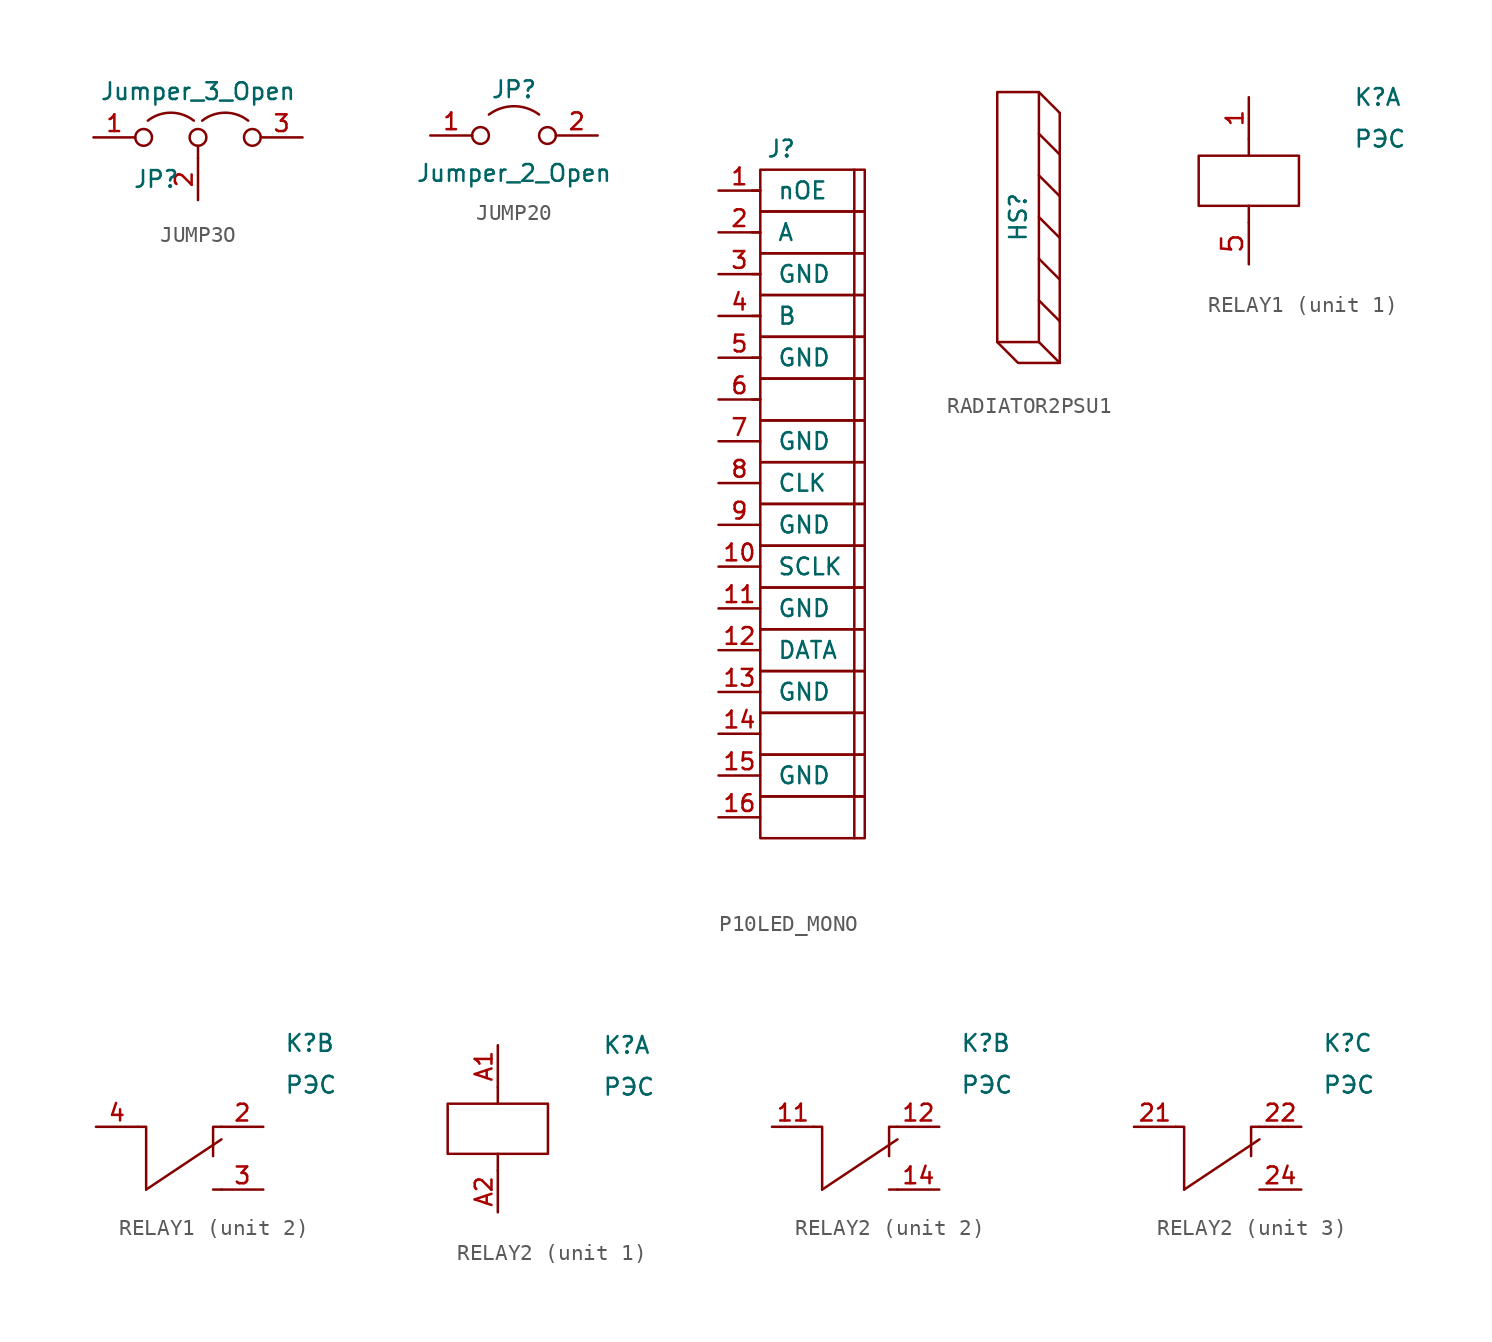
<source format=kicad_sym>
(kicad_symbol_lib
  (version 20241209)
  (generator "kicad_symbol_editor")
  (generator_version "9.0")
  (symbol "JUMP3O"
    (pin_names
      (offset 0)
      (hide yes))
    (property "Reference" "JP"
      (at -2.54 -2.54 0)
      (effects (font (size 1.016 1.016))))
    (property "Value" "Jumper_3_Open"
      (at 0 2.794 0)
      (effects (font (size 1.016 1.016))))
    (symbol "JUMP3O_0_0"
      (circle (center -3.302 0) (radius 0.508) (stroke (width 0) (type default)) (fill (type none)))
      (circle (center 0 0) (radius 0.508) (stroke (width 0) (type default)) (fill (type none)))
      (circle (center 3.302 0) (radius 0.508) (stroke (width 0) (type default)) (fill (type none))))
    (symbol "JUMP3O_0_1"
      (arc (start -3.048 1.016) (mid -1.651 1.4992) (end -0.254 1.016) (stroke (width 0) (type default)) (fill (type none)))
      (polyline (pts (xy 0 -0.508) (xy 0 -1.27)) (stroke (width 0) (type default)) (fill (type none)))
      (arc (start 0.254 1.016) (mid 1.651 1.4992) (end 3.048 1.016) (stroke (width 0) (type default)) (fill (type none))))
    (symbol "JUMP3O_1_1"
      (pin passive line (at -6.35 0 0) (length 2.54) (name "A" (effects (font (size 1.016 1.016)))) (number "1" (effects (font (size 1.016 1.016)))))
      (pin passive line (at 0 -3.81 90) (length 2.54) (name "C" (effects (font (size 1.016 1.016)))) (number "2" (effects (font (size 1.016 1.016)))))
      (pin passive line (at 6.35 0 180) (length 2.54) (name "B" (effects (font (size 1.016 1.016)))) (number "3" (effects (font (size 1.016 1.016)))))))
  (symbol "JUMP20"
    (pin_names
      (offset 0)
      (hide yes))
    (property "Reference" "JP"
      (at 0 2.794 0)
      (effects (font (size 1.016 1.016))))
    (property "Value" "Jumper_2_Open"
      (at 0 -2.286 0)
      (effects (font (size 1.016 1.016))))
    (symbol "JUMP20_0_0"
      (circle (center -2.032 0) (radius 0.508) (stroke (width 0) (type default)) (fill (type none)))
      (circle (center 2.032 0) (radius 0.508) (stroke (width 0) (type default)) (fill (type none))))
    (symbol "JUMP20_0_1"
      (arc (start -1.524 1.27) (mid 0 1.778) (end 1.524 1.27) (stroke (width 0) (type default)) (fill (type none))))
    (symbol "JUMP20_1_1"
      (pin passive line (at -5.08 0 0) (length 2.54) (name "A" (effects (font (size 1.016 1.016)))) (number "1" (effects (font (size 1.016 1.016)))))
      (pin passive line (at 5.08 0 180) (length 2.54) (name "B" (effects (font (size 1.016 1.016)))) (number "2" (effects (font (size 1.016 1.016)))))))
  (symbol "P10LED_MONO"
    (pin_names
      (offset 1.016))
    (property "Reference" "J"
      (at -1.27 2.54 0)
      (effects (font (size 1.016 1.016))))
    (symbol "P10LED_MONO_0_1"
      (polyline (pts (xy -3.048 0) (xy -2.54 0)) (stroke (width 0) (type default)) (fill (type none)))
      (polyline (pts (xy -3.048 -2.54) (xy -2.54 -2.54)) (stroke (width 0) (type default)) (fill (type none)))
      (polyline (pts (xy -3.048 -5.08) (xy -2.54 -5.08)) (stroke (width 0) (type default)) (fill (type none)))
      (polyline (pts (xy -3.048 -7.62) (xy -2.54 -7.62)) (stroke (width 0) (type default)) (fill (type none)))
      (polyline (pts (xy -3.048 -10.16) (xy -2.54 -10.16)) (stroke (width 0) (type default)) (fill (type none)))
      (polyline (pts (xy -3.048 -12.7) (xy -2.54 -12.7)) (stroke (width 0) (type default)) (fill (type none)))
      (rectangle (start -2.54 1.27) (end 3.81 -1.27) (stroke (width 0) (type default)) (fill (type none)))
      (rectangle (start -2.54 -1.27) (end 3.81 -3.81) (stroke (width 0) (type default)) (fill (type none)))
      (rectangle (start -2.54 -3.81) (end 3.81 -6.35) (stroke (width 0) (type default)) (fill (type none)))
      (rectangle (start -2.54 -6.35) (end 3.81 -8.89) (stroke (width 0) (type default)) (fill (type none)))
      (rectangle (start -2.54 -8.89) (end 3.81 -11.43) (stroke (width 0) (type default)) (fill (type none)))
      (rectangle (start -2.54 -11.43) (end 3.81 -13.97) (stroke (width 0) (type default)) (fill (type none)))
      (rectangle (start -2.54 -13.97) (end 3.81 -16.51) (stroke (width 0) (type default)) (fill (type none)))
      (rectangle (start -2.54 -16.51) (end 3.81 -19.05) (stroke (width 0) (type default)) (fill (type none)))
      (rectangle (start -2.54 -19.05) (end 3.81 -21.59) (stroke (width 0) (type default)) (fill (type none)))
      (rectangle (start -2.54 -21.59) (end 3.81 -24.13) (stroke (width 0) (type default)) (fill (type none)))
      (rectangle (start -2.54 -24.13) (end 3.81 -26.67) (stroke (width 0) (type default)) (fill (type none)))
      (rectangle (start -2.54 -26.67) (end 3.81 -29.21) (stroke (width 0) (type default)) (fill (type none)))
      (rectangle (start -2.54 -29.21) (end 3.81 -31.75) (stroke (width 0) (type default)) (fill (type none)))
      (rectangle (start -2.54 -31.75) (end 3.81 -34.29) (stroke (width 0) (type default)) (fill (type none)))
      (rectangle (start -2.54 -34.29) (end 3.81 -36.83) (stroke (width 0) (type default)) (fill (type none)))
      (rectangle (start -2.54 -36.83) (end 3.81 -39.37) (stroke (width 0) (type default)) (fill (type none)))
      (polyline (pts (xy 3.175 1.27) (xy 3.175 -39.37)) (stroke (width 0) (type default)) (fill (type none))))
    (symbol "P10LED_MONO_1_1"
      (pin bidirectional line (at -5.08 0 0) (length 2.54) (name "nOE" (effects (font (size 1.016 1.016)))) (number "1" (effects (font (size 1.016 1.016)))))
      (pin bidirectional line (at -5.08 -2.54 0) (length 2.54) (name "A" (effects (font (size 1.016 1.016)))) (number "2" (effects (font (size 1.016 1.016)))))
      (pin bidirectional line (at -5.08 -5.08 0) (length 2.54) (name "GND" (effects (font (size 1.016 1.016)))) (number "3" (effects (font (size 1.016 1.016)))))
      (pin bidirectional line (at -5.08 -7.62 0) (length 2.54) (name "B" (effects (font (size 1.016 1.016)))) (number "4" (effects (font (size 1.016 1.016)))))
      (pin bidirectional line (at -5.08 -10.16 0) (length 2.54) (name "GND" (effects (font (size 1.016 1.016)))) (number "5" (effects (font (size 1.016 1.016)))))
      (pin bidirectional line (at -5.08 -12.7 0) (length 2.54) (name "~" (effects (font (size 1.016 1.016)))) (number "6" (effects (font (size 1.016 1.016)))))
      (pin bidirectional line (at -5.08 -15.24 0) (length 2.54) (name "GND" (effects (font (size 1.016 1.016)))) (number "7" (effects (font (size 1.016 1.016)))))
      (pin bidirectional line (at -5.08 -17.78 0) (length 2.54) (name "CLK" (effects (font (size 1.016 1.016)))) (number "8" (effects (font (size 1.016 1.016)))))
      (pin bidirectional line (at -5.08 -20.32 0) (length 2.54) (name "GND" (effects (font (size 1.016 1.016)))) (number "9" (effects (font (size 1.016 1.016)))))
      (pin bidirectional line (at -5.08 -22.86 0) (length 2.54) (name "SCLK" (effects (font (size 1.016 1.016)))) (number "10" (effects (font (size 1.016 1.016)))))
      (pin bidirectional line (at -5.08 -25.4 0) (length 2.54) (name "GND" (effects (font (size 1.016 1.016)))) (number "11" (effects (font (size 1.016 1.016)))))
      (pin bidirectional line (at -5.08 -27.94 0) (length 2.54) (name "DATA" (effects (font (size 1.016 1.016)))) (number "12" (effects (font (size 1.016 1.016)))))
      (pin bidirectional line (at -5.08 -30.48 0) (length 2.54) (name "GND" (effects (font (size 1.016 1.016)))) (number "13" (effects (font (size 1.016 1.016)))))
      (pin bidirectional line (at -5.08 -33.02 0) (length 2.54) (name "~" (effects (font (size 1.016 1.016)))) (number "14" (effects (font (size 1.016 1.016)))))
      (pin bidirectional line (at -5.08 -35.56 0) (length 2.54) (name "GND" (effects (font (size 1.016 1.016)))) (number "15" (effects (font (size 1.016 1.016)))))
      (pin bidirectional line (at -5.08 -38.1 0) (length 2.54) (name "~" (effects (font (size 1.016 1.016)))) (number "16" (effects (font (size 1.016 1.016)))))))
  (symbol "RADIATOR2PSU1"
    (pin_numbers
      (hide yes))
    (pin_names
      (offset 0)
      (hide yes))
    (property "Reference" "HS"
      (at 0 0 90)
      (effects (font (size 1.016 1.016))))
    (symbol "RADIATOR2PSU1_0_1"
      (polyline (pts (xy 1.27 7.62) (xy 2.54 6.35)) (stroke (width 0) (type default)) (fill (type none)))
      (polyline (pts (xy 1.27 5.08) (xy 2.54 3.81)) (stroke (width 0) (type default)) (fill (type none)))
      (polyline (pts (xy 1.27 2.54) (xy 2.54 1.27)) (stroke (width 0) (type default)) (fill (type none)))
      (polyline (pts (xy 1.27 0) (xy 2.54 -1.27)) (stroke (width 0) (type default)) (fill (type none)))
      (polyline (pts (xy 1.27 -2.54) (xy 2.54 -3.81)) (stroke (width 0) (type default)) (fill (type none)))
      (polyline (pts (xy 1.27 -5.08) (xy 2.54 -6.35)) (stroke (width 0) (type default)) (fill (type none)))
      (polyline (pts (xy 1.27 -7.62) (xy 2.54 -8.89)) (stroke (width 0) (type default)) (fill (type none)))
      (polyline (pts (xy 2.54 6.35) (xy 2.54 -8.89) (xy 0 -8.89) (xy -1.27 -7.62)) (stroke (width 0) (type default)) (fill (type none))))
    (symbol "RADIATOR2PSU1_1_0"
      (rectangle (start -1.27 7.62) (end 1.27 -7.62) (stroke (width 0) (type default)) (fill (type none)))))
  (symbol "RELAY1"
    (property "Reference" "K"
      (at 6.35 5.08 0)
      (effects (font (size 1.016 1.016)) (justify left)))
    (property "Value" "РЭС"
      (at 6.35 2.54 0)
      (effects (font (size 1.016 1.016)) (justify left)))
    (property "ki_locked" ""
      (at 0 0 0)
      (effects (font (size 1.27 1.27))))
    (symbol "RELAY1_1_1"
      (rectangle (start -3.048 1.524) (end 3.048 -1.524) (stroke (width 0) (type default)) (fill (type none)))
      (polyline (pts (xy 0 1.524) (xy 0 2.54)) (stroke (width 0) (type default)) (fill (type none)))
      (polyline (pts (xy 0 -2.54) (xy 0 -1.524)) (stroke (width 0) (type default)) (fill (type none)))
      (pin passive line (at 0 5.08 270) (length 2.54) (name "~" (effects (font (size 1.016 1.016)))) (number "1" (effects (font (size 1.016 1.016)))))
      (pin passive line (at 0 -5.08 90) (length 2.54) (name "~" (effects (font (size 1.27 1.27)))) (number "5" (effects (font (size 1.27 1.27))))))
    (symbol "RELAY1_2_1"
      (polyline (pts (xy -2.032 -3.81) (xy 2.54 -0.762)) (stroke (width 0) (type default)) (fill (type none)))
      (polyline (pts (xy -2.032 -3.81) (xy -2.032 0) (xy -2.54 0)) (stroke (width 0) (type default)) (fill (type none)))
      (polyline (pts (xy 2.54 0) (xy 2.032 0) (xy 2.032 -1.778)) (stroke (width 0) (type default)) (fill (type none)))
      (polyline (pts (xy 2.54 -3.81) (xy 2.032 -3.81)) (stroke (width 0) (type default)) (fill (type none)))
      (pin passive line (at -5.08 0 0) (length 2.54) (name "~" (effects (font (size 1.016 1.016)))) (number "4" (effects (font (size 1.016 1.016)))))
      (pin passive line (at 5.08 0 180) (length 2.54) (name "~" (effects (font (size 1.016 1.016)))) (number "2" (effects (font (size 1.016 1.016)))))
      (pin passive line (at 5.08 -3.81 180) (length 2.54) (name "~" (effects (font (size 1.016 1.016)))) (number "3" (effects (font (size 1.016 1.016)))))))
  (symbol "RELAY2"
    (property "Reference" "K"
      (at 6.35 5.08 0)
      (effects (font (size 1.016 1.016)) (justify left)))
    (property "Value" "РЭС"
      (at 6.35 2.54 0)
      (effects (font (size 1.016 1.016)) (justify left)))
    (property "ki_locked" ""
      (at 0 0 0)
      (effects (font (size 1.27 1.27))))
    (symbol "RELAY2_1_1"
      (rectangle (start -3.048 1.524) (end 3.048 -1.524) (stroke (width 0) (type default)) (fill (type none)))
      (polyline (pts (xy 0 1.524) (xy 0 2.54)) (stroke (width 0) (type default)) (fill (type none)))
      (polyline (pts (xy 0 -2.54) (xy 0 -1.524)) (stroke (width 0) (type default)) (fill (type none)))
      (pin passive line (at 0 5.08 270) (length 2.54) (name "~" (effects (font (size 1.016 1.016)))) (number "A1" (effects (font (size 1.016 1.016)))))
      (pin passive line (at 0 -5.08 90) (length 2.54) (name "~" (effects (font (size 1.016 1.016)))) (number "A2" (effects (font (size 1.016 1.016))))))
    (symbol "RELAY2_2_1"
      (polyline (pts (xy -2.032 -3.81) (xy 2.54 -0.762)) (stroke (width 0) (type default)) (fill (type none)))
      (polyline (pts (xy -2.032 -3.81) (xy -2.032 0) (xy -2.54 0)) (stroke (width 0) (type default)) (fill (type none)))
      (polyline (pts (xy 2.54 0) (xy 2.032 0) (xy 2.032 -1.778)) (stroke (width 0) (type default)) (fill (type none)))
      (polyline (pts (xy 2.54 -3.81) (xy 2.032 -3.81)) (stroke (width 0) (type default)) (fill (type none)))
      (pin passive line (at -5.08 0 0) (length 2.54) (name "~" (effects (font (size 1.016 1.016)))) (number "11" (effects (font (size 1.016 1.016)))))
      (pin passive line (at 5.08 0 180) (length 2.54) (name "~" (effects (font (size 1.016 1.016)))) (number "12" (effects (font (size 1.016 1.016)))))
      (pin passive line (at 5.08 -3.81 180) (length 2.54) (name "~" (effects (font (size 1.016 1.016)))) (number "14" (effects (font (size 1.016 1.016))))))
    (symbol "RELAY2_3_1"
      (polyline (pts (xy -2.032 -3.81) (xy 2.54 -0.762)) (stroke (width 0) (type default)) (fill (type none)))
      (polyline (pts (xy -2.032 -3.81) (xy -2.032 0) (xy -2.54 0)) (stroke (width 0) (type default)) (fill (type none)))
      (polyline (pts (xy 2.54 0) (xy 2.032 0) (xy 2.032 -1.778)) (stroke (width 0) (type default)) (fill (type none)))
      (pin passive line (at -5.08 0 0) (length 2.54) (name "~" (effects (font (size 1.016 1.016)))) (number "21" (effects (font (size 1.016 1.016)))))
      (pin passive line (at 5.08 0 180) (length 2.54) (name "~" (effects (font (size 1.016 1.016)))) (number "22" (effects (font (size 1.016 1.016)))))
      (pin passive line (at 5.08 -3.81 180) (length 2.54) (name "~" (effects (font (size 1.016 1.016)))) (number "24" (effects (font (size 1.016 1.016))))))))
</source>
